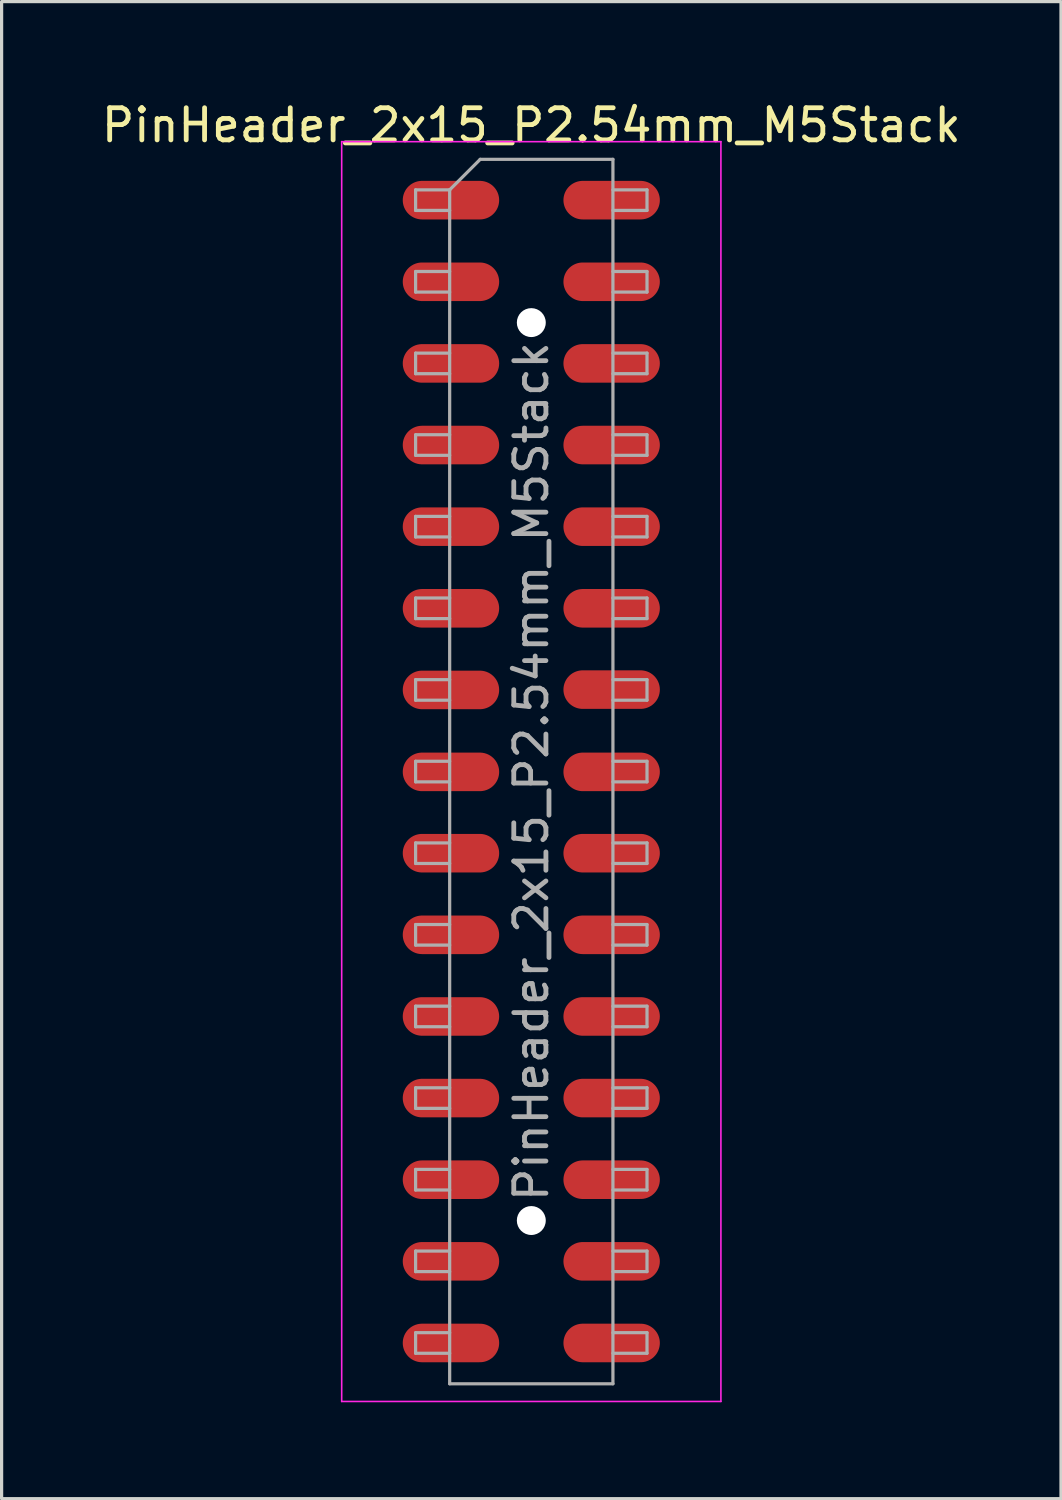
<source format=kicad_pcb>
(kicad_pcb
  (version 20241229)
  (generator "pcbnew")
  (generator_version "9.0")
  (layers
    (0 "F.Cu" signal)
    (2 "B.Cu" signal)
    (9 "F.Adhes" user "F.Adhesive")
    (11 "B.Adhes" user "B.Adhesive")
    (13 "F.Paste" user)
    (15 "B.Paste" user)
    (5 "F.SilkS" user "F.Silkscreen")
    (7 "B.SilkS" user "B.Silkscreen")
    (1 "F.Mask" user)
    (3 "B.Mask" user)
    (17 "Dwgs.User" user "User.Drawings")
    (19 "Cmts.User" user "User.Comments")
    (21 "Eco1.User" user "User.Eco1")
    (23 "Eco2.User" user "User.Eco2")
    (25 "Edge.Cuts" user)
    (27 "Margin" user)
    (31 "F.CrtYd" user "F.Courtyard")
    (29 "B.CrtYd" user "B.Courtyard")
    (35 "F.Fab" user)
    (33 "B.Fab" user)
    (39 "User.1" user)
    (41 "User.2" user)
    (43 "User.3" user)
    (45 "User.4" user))
  (footprint "PinHeader_2x15_P2.54mm_M5Stack"
    (layer "F.Cu")
    (at 13.482 20.958)
    (property "Reference" "PinHeader_2x15_P2.54mm_M5Stack" (at 0 -20.11 0) (layer "F.SilkS") (effects (font (size 1 1) (thickness 0.15))))
    (attr smd)
    (fp_line (start -5.9 -19.6) (end -5.9 19.6) (stroke (width 0.05) (type solid)) (layer "F.CrtYd"))
    (fp_line (start -5.9 19.6) (end 5.9 19.6) (stroke (width 0.05) (type solid)) (layer "F.CrtYd"))
    (fp_line (start 5.9 -19.6) (end -5.9 -19.6) (stroke (width 0.05) (type solid)) (layer "F.CrtYd"))
    (fp_line (start 5.9 19.6) (end 5.9 -19.6) (stroke (width 0.05) (type solid)) (layer "F.CrtYd"))
    (fp_line (start -3.6 -18.1) (end -3.6 -17.46) (stroke (width 0.1) (type solid)) (layer "F.Fab"))
    (fp_line (start -3.6 -17.46) (end -2.54 -17.46) (stroke (width 0.1) (type solid)) (layer "F.Fab"))
    (fp_line (start -3.6 -15.56) (end -3.6 -14.92) (stroke (width 0.1) (type solid)) (layer "F.Fab"))
    (fp_line (start -3.6 -14.92) (end -2.54 -14.92) (stroke (width 0.1) (type solid)) (layer "F.Fab"))
    (fp_line (start -3.6 -13.02) (end -3.6 -12.38) (stroke (width 0.1) (type solid)) (layer "F.Fab"))
    (fp_line (start -3.6 -12.38) (end -2.54 -12.38) (stroke (width 0.1) (type solid)) (layer "F.Fab"))
    (fp_line (start -3.6 -10.48) (end -3.6 -9.84) (stroke (width 0.1) (type solid)) (layer "F.Fab"))
    (fp_line (start -3.6 -9.84) (end -2.54 -9.84) (stroke (width 0.1) (type solid)) (layer "F.Fab"))
    (fp_line (start -3.6 -7.94) (end -3.6 -7.3) (stroke (width 0.1) (type solid)) (layer "F.Fab"))
    (fp_line (start -3.6 -7.3) (end -2.54 -7.3) (stroke (width 0.1) (type solid)) (layer "F.Fab"))
    (fp_line (start -3.6 -5.4) (end -3.6 -4.76) (stroke (width 0.1) (type solid)) (layer "F.Fab"))
    (fp_line (start -3.6 -4.76) (end -2.54 -4.76) (stroke (width 0.1) (type solid)) (layer "F.Fab"))
    (fp_line (start -3.6 -2.86) (end -3.6 -2.22) (stroke (width 0.1) (type solid)) (layer "F.Fab"))
    (fp_line (start -3.6 -2.22) (end -2.54 -2.22) (stroke (width 0.1) (type solid)) (layer "F.Fab"))
    (fp_line (start -3.6 -0.32) (end -3.6 0.32) (stroke (width 0.1) (type solid)) (layer "F.Fab"))
    (fp_line (start -3.6 0.32) (end -2.54 0.32) (stroke (width 0.1) (type solid)) (layer "F.Fab"))
    (fp_line (start -3.6 2.22) (end -3.6 2.86) (stroke (width 0.1) (type solid)) (layer "F.Fab"))
    (fp_line (start -3.6 2.86) (end -2.54 2.86) (stroke (width 0.1) (type solid)) (layer "F.Fab"))
    (fp_line (start -3.6 4.76) (end -3.6 5.4) (stroke (width 0.1) (type solid)) (layer "F.Fab"))
    (fp_line (start -3.6 5.4) (end -2.54 5.4) (stroke (width 0.1) (type solid)) (layer "F.Fab"))
    (fp_line (start -3.6 7.3) (end -3.6 7.94) (stroke (width 0.1) (type solid)) (layer "F.Fab"))
    (fp_line (start -3.6 7.94) (end -2.54 7.94) (stroke (width 0.1) (type solid)) (layer "F.Fab"))
    (fp_line (start -3.6 9.84) (end -3.6 10.48) (stroke (width 0.1) (type solid)) (layer "F.Fab"))
    (fp_line (start -3.6 10.48) (end -2.54 10.48) (stroke (width 0.1) (type solid)) (layer "F.Fab"))
    (fp_line (start -3.6 12.38) (end -3.6 13.02) (stroke (width 0.1) (type solid)) (layer "F.Fab"))
    (fp_line (start -3.6 13.02) (end -2.54 13.02) (stroke (width 0.1) (type solid)) (layer "F.Fab"))
    (fp_line (start -3.6 14.92) (end -3.6 15.56) (stroke (width 0.1) (type solid)) (layer "F.Fab"))
    (fp_line (start -3.6 15.56) (end -2.54 15.56) (stroke (width 0.1) (type solid)) (layer "F.Fab"))
    (fp_line (start -3.6 17.46) (end -3.6 18.1) (stroke (width 0.1) (type solid)) (layer "F.Fab"))
    (fp_line (start -3.6 18.1) (end -2.54 18.1) (stroke (width 0.1) (type solid)) (layer "F.Fab"))
    (fp_line (start -2.54 -18.1) (end -3.6 -18.1) (stroke (width 0.1) (type solid)) (layer "F.Fab"))
    (fp_line (start -2.54 -18.1) (end -1.59 -19.05) (stroke (width 0.1) (type solid)) (layer "F.Fab"))
    (fp_line (start -2.54 -15.56) (end -3.6 -15.56) (stroke (width 0.1) (type solid)) (layer "F.Fab"))
    (fp_line (start -2.54 -13.02) (end -3.6 -13.02) (stroke (width 0.1) (type solid)) (layer "F.Fab"))
    (fp_line (start -2.54 -10.48) (end -3.6 -10.48) (stroke (width 0.1) (type solid)) (layer "F.Fab"))
    (fp_line (start -2.54 -7.94) (end -3.6 -7.94) (stroke (width 0.1) (type solid)) (layer "F.Fab"))
    (fp_line (start -2.54 -5.4) (end -3.6 -5.4) (stroke (width 0.1) (type solid)) (layer "F.Fab"))
    (fp_line (start -2.54 -2.86) (end -3.6 -2.86) (stroke (width 0.1) (type solid)) (layer "F.Fab"))
    (fp_line (start -2.54 -0.32) (end -3.6 -0.32) (stroke (width 0.1) (type solid)) (layer "F.Fab"))
    (fp_line (start -2.54 2.22) (end -3.6 2.22) (stroke (width 0.1) (type solid)) (layer "F.Fab"))
    (fp_line (start -2.54 4.76) (end -3.6 4.76) (stroke (width 0.1) (type solid)) (layer "F.Fab"))
    (fp_line (start -2.54 7.3) (end -3.6 7.3) (stroke (width 0.1) (type solid)) (layer "F.Fab"))
    (fp_line (start -2.54 9.84) (end -3.6 9.84) (stroke (width 0.1) (type solid)) (layer "F.Fab"))
    (fp_line (start -2.54 12.38) (end -3.6 12.38) (stroke (width 0.1) (type solid)) (layer "F.Fab"))
    (fp_line (start -2.54 14.92) (end -3.6 14.92) (stroke (width 0.1) (type solid)) (layer "F.Fab"))
    (fp_line (start -2.54 17.46) (end -3.6 17.46) (stroke (width 0.1) (type solid)) (layer "F.Fab"))
    (fp_line (start -2.54 19.05) (end -2.54 -18.1) (stroke (width 0.1) (type solid)) (layer "F.Fab"))
    (fp_line (start -1.59 -19.05) (end 2.54 -19.05) (stroke (width 0.1) (type solid)) (layer "F.Fab"))
    (fp_line (start 2.54 -19.05) (end 2.54 19.05) (stroke (width 0.1) (type solid)) (layer "F.Fab"))
    (fp_line (start 2.54 -18.1) (end 3.6 -18.1) (stroke (width 0.1) (type solid)) (layer "F.Fab"))
    (fp_line (start 2.54 -15.56) (end 3.6 -15.56) (stroke (width 0.1) (type solid)) (layer "F.Fab"))
    (fp_line (start 2.54 -13.02) (end 3.6 -13.02) (stroke (width 0.1) (type solid)) (layer "F.Fab"))
    (fp_line (start 2.54 -10.48) (end 3.6 -10.48) (stroke (width 0.1) (type solid)) (layer "F.Fab"))
    (fp_line (start 2.54 -7.94) (end 3.6 -7.94) (stroke (width 0.1) (type solid)) (layer "F.Fab"))
    (fp_line (start 2.54 -5.4) (end 3.6 -5.4) (stroke (width 0.1) (type solid)) (layer "F.Fab"))
    (fp_line (start 2.54 -2.86) (end 3.6 -2.86) (stroke (width 0.1) (type solid)) (layer "F.Fab"))
    (fp_line (start 2.54 -0.32) (end 3.6 -0.32) (stroke (width 0.1) (type solid)) (layer "F.Fab"))
    (fp_line (start 2.54 2.22) (end 3.6 2.22) (stroke (width 0.1) (type solid)) (layer "F.Fab"))
    (fp_line (start 2.54 4.76) (end 3.6 4.76) (stroke (width 0.1) (type solid)) (layer "F.Fab"))
    (fp_line (start 2.54 7.3) (end 3.6 7.3) (stroke (width 0.1) (type solid)) (layer "F.Fab"))
    (fp_line (start 2.54 9.84) (end 3.6 9.84) (stroke (width 0.1) (type solid)) (layer "F.Fab"))
    (fp_line (start 2.54 12.38) (end 3.6 12.38) (stroke (width 0.1) (type solid)) (layer "F.Fab"))
    (fp_line (start 2.54 14.92) (end 3.6 14.92) (stroke (width 0.1) (type solid)) (layer "F.Fab"))
    (fp_line (start 2.54 17.46) (end 3.6 17.46) (stroke (width 0.1) (type solid)) (layer "F.Fab"))
    (fp_line (start 2.54 19.05) (end -2.54 19.05) (stroke (width 0.1) (type solid)) (layer "F.Fab"))
    (fp_line (start 3.6 -18.1) (end 3.6 -17.46) (stroke (width 0.1) (type solid)) (layer "F.Fab"))
    (fp_line (start 3.6 -17.46) (end 2.54 -17.46) (stroke (width 0.1) (type solid)) (layer "F.Fab"))
    (fp_line (start 3.6 -15.56) (end 3.6 -14.92) (stroke (width 0.1) (type solid)) (layer "F.Fab"))
    (fp_line (start 3.6 -14.92) (end 2.54 -14.92) (stroke (width 0.1) (type solid)) (layer "F.Fab"))
    (fp_line (start 3.6 -13.02) (end 3.6 -12.38) (stroke (width 0.1) (type solid)) (layer "F.Fab"))
    (fp_line (start 3.6 -12.38) (end 2.54 -12.38) (stroke (width 0.1) (type solid)) (layer "F.Fab"))
    (fp_line (start 3.6 -10.48) (end 3.6 -9.84) (stroke (width 0.1) (type solid)) (layer "F.Fab"))
    (fp_line (start 3.6 -9.84) (end 2.54 -9.84) (stroke (width 0.1) (type solid)) (layer "F.Fab"))
    (fp_line (start 3.6 -7.94) (end 3.6 -7.3) (stroke (width 0.1) (type solid)) (layer "F.Fab"))
    (fp_line (start 3.6 -7.3) (end 2.54 -7.3) (stroke (width 0.1) (type solid)) (layer "F.Fab"))
    (fp_line (start 3.6 -5.4) (end 3.6 -4.76) (stroke (width 0.1) (type solid)) (layer "F.Fab"))
    (fp_line (start 3.6 -4.76) (end 2.54 -4.76) (stroke (width 0.1) (type solid)) (layer "F.Fab"))
    (fp_line (start 3.6 -2.86) (end 3.6 -2.22) (stroke (width 0.1) (type solid)) (layer "F.Fab"))
    (fp_line (start 3.6 -2.22) (end 2.54 -2.22) (stroke (width 0.1) (type solid)) (layer "F.Fab"))
    (fp_line (start 3.6 -0.32) (end 3.6 0.32) (stroke (width 0.1) (type solid)) (layer "F.Fab"))
    (fp_line (start 3.6 0.32) (end 2.54 0.32) (stroke (width 0.1) (type solid)) (layer "F.Fab"))
    (fp_line (start 3.6 2.22) (end 3.6 2.86) (stroke (width 0.1) (type solid)) (layer "F.Fab"))
    (fp_line (start 3.6 2.86) (end 2.54 2.86) (stroke (width 0.1) (type solid)) (layer "F.Fab"))
    (fp_line (start 3.6 4.76) (end 3.6 5.4) (stroke (width 0.1) (type solid)) (layer "F.Fab"))
    (fp_line (start 3.6 5.4) (end 2.54 5.4) (stroke (width 0.1) (type solid)) (layer "F.Fab"))
    (fp_line (start 3.6 7.3) (end 3.6 7.94) (stroke (width 0.1) (type solid)) (layer "F.Fab"))
    (fp_line (start 3.6 7.94) (end 2.54 7.94) (stroke (width 0.1) (type solid)) (layer "F.Fab"))
    (fp_line (start 3.6 9.84) (end 3.6 10.48) (stroke (width 0.1) (type solid)) (layer "F.Fab"))
    (fp_line (start 3.6 10.48) (end 2.54 10.48) (stroke (width 0.1) (type solid)) (layer "F.Fab"))
    (fp_line (start 3.6 12.38) (end 3.6 13.02) (stroke (width 0.1) (type solid)) (layer "F.Fab"))
    (fp_line (start 3.6 13.02) (end 2.54 13.02) (stroke (width 0.1) (type solid)) (layer "F.Fab"))
    (fp_line (start 3.6 14.92) (end 3.6 15.56) (stroke (width 0.1) (type solid)) (layer "F.Fab"))
    (fp_line (start 3.6 15.56) (end 2.54 15.56) (stroke (width 0.1) (type solid)) (layer "F.Fab"))
    (fp_line (start 3.6 17.46) (end 3.6 18.1) (stroke (width 0.1) (type solid)) (layer "F.Fab"))
    (fp_line (start 3.6 18.1) (end 2.54 18.1) (stroke (width 0.1) (type solid)) (layer "F.Fab"))
    (fp_text user "${REFERENCE}" (at 0 0 90) (layer "F.Fab") (effects (font (size 1 1) (thickness 0.15))))
    (pad "" np_thru_hole oval (at 0 -13.97) (size 0.9 0.9) (drill 0.9) (layers "*.Cu" "*.Mask"))
    (pad "" np_thru_hole oval (at 0 13.97) (size 0.9 0.9) (drill 0.9) (layers "*.Cu" "*.Mask"))
    (pad "1" smd oval (at -2.5 -17.78) (size 3 1.2) (layers "F.Cu" "F.Mask" "F.Paste"))
    (pad "2" smd oval (at 2.5 -17.78) (size 3 1.2) (layers "F.Cu" "F.Mask" "F.Paste"))
    (pad "3" smd oval (at -2.5 -15.24) (size 3 1.2) (layers "F.Cu" "F.Mask" "F.Paste"))
    (pad "4" smd oval (at 2.5 -15.24) (size 3 1.2) (layers "F.Cu" "F.Mask" "F.Paste"))
    (pad "5" smd oval (at -2.5 -12.7) (size 3 1.2) (layers "F.Cu" "F.Mask" "F.Paste"))
    (pad "6" smd oval (at 2.5 -12.7) (size 3 1.2) (layers "F.Cu" "F.Mask" "F.Paste"))
    (pad "7" smd oval (at -2.5 -10.16) (size 3 1.2) (layers "F.Cu" "F.Mask" "F.Paste"))
    (pad "8" smd oval (at 2.5 -10.16) (size 3 1.2) (layers "F.Cu" "F.Mask" "F.Paste"))
    (pad "9" smd oval (at -2.5 -7.62) (size 3 1.2) (layers "F.Cu" "F.Mask" "F.Paste"))
    (pad "10" smd oval (at 2.5 -7.62) (size 3 1.2) (layers "F.Cu" "F.Mask" "F.Paste"))
    (pad "11" smd oval (at -2.5 -5.08) (size 3 1.2) (layers "F.Cu" "F.Mask" "F.Paste"))
    (pad "12" smd oval (at 2.5 -5.08) (size 3 1.2) (layers "F.Cu" "F.Mask" "F.Paste"))
    (pad "13" smd oval (at -2.5 -2.54) (size 3 1.2) (layers "F.Cu" "F.Mask" "F.Paste"))
    (pad "14" smd oval (at 2.5 -2.55) (size 3 1.2) (layers "F.Cu" "F.Mask" "F.Paste"))
    (pad "15" smd oval (at -2.5 0.01) (size 3 1.2) (layers "F.Cu" "F.Mask" "F.Paste"))
    (pad "16" smd oval (at 2.5 0.01) (size 3 1.2) (layers "F.Cu" "F.Mask" "F.Paste"))
    (pad "17" smd oval (at -2.5 2.54) (size 3 1.2) (layers "F.Cu" "F.Mask" "F.Paste"))
    (pad "18" smd oval (at 2.5 2.54) (size 3 1.2) (layers "F.Cu" "F.Mask" "F.Paste"))
    (pad "19" smd oval (at -2.5 5.08) (size 3 1.2) (layers "F.Cu" "F.Mask" "F.Paste"))
    (pad "20" smd oval (at 2.5 5.08) (size 3 1.2) (layers "F.Cu" "F.Mask" "F.Paste"))
    (pad "21" smd oval (at -2.5 7.62) (size 3 1.2) (layers "F.Cu" "F.Mask" "F.Paste"))
    (pad "22" smd oval (at 2.5 7.62) (size 3 1.2) (layers "F.Cu" "F.Mask" "F.Paste"))
    (pad "23" smd oval (at -2.5 10.16) (size 3 1.2) (layers "F.Cu" "F.Mask" "F.Paste"))
    (pad "24" smd oval (at 2.5 10.16) (size 3 1.2) (layers "F.Cu" "F.Mask" "F.Paste"))
    (pad "25" smd oval (at -2.5 12.7) (size 3 1.2) (layers "F.Cu" "F.Mask" "F.Paste"))
    (pad "26" smd oval (at 2.5 12.7) (size 3 1.2) (layers "F.Cu" "F.Mask" "F.Paste"))
    (pad "27" smd oval (at -2.5 15.24) (size 3 1.2) (layers "F.Cu" "F.Mask" "F.Paste"))
    (pad "28" smd oval (at 2.5 15.24) (size 3 1.2) (layers "F.Cu" "F.Mask" "F.Paste"))
    (pad "29" smd oval (at -2.5 17.78) (size 3 1.2) (layers "F.Cu" "F.Mask" "F.Paste"))
    (pad "30" smd oval (at 2.5 17.78) (size 3 1.2) (layers "F.Cu" "F.Mask" "F.Paste")))
  (gr_rect
    (start -3 -3)
    (end 29.964 43.583)
    (stroke (width 0.1) (type default))
    (fill no)
    (layer "Edge.Cuts")))
</source>
